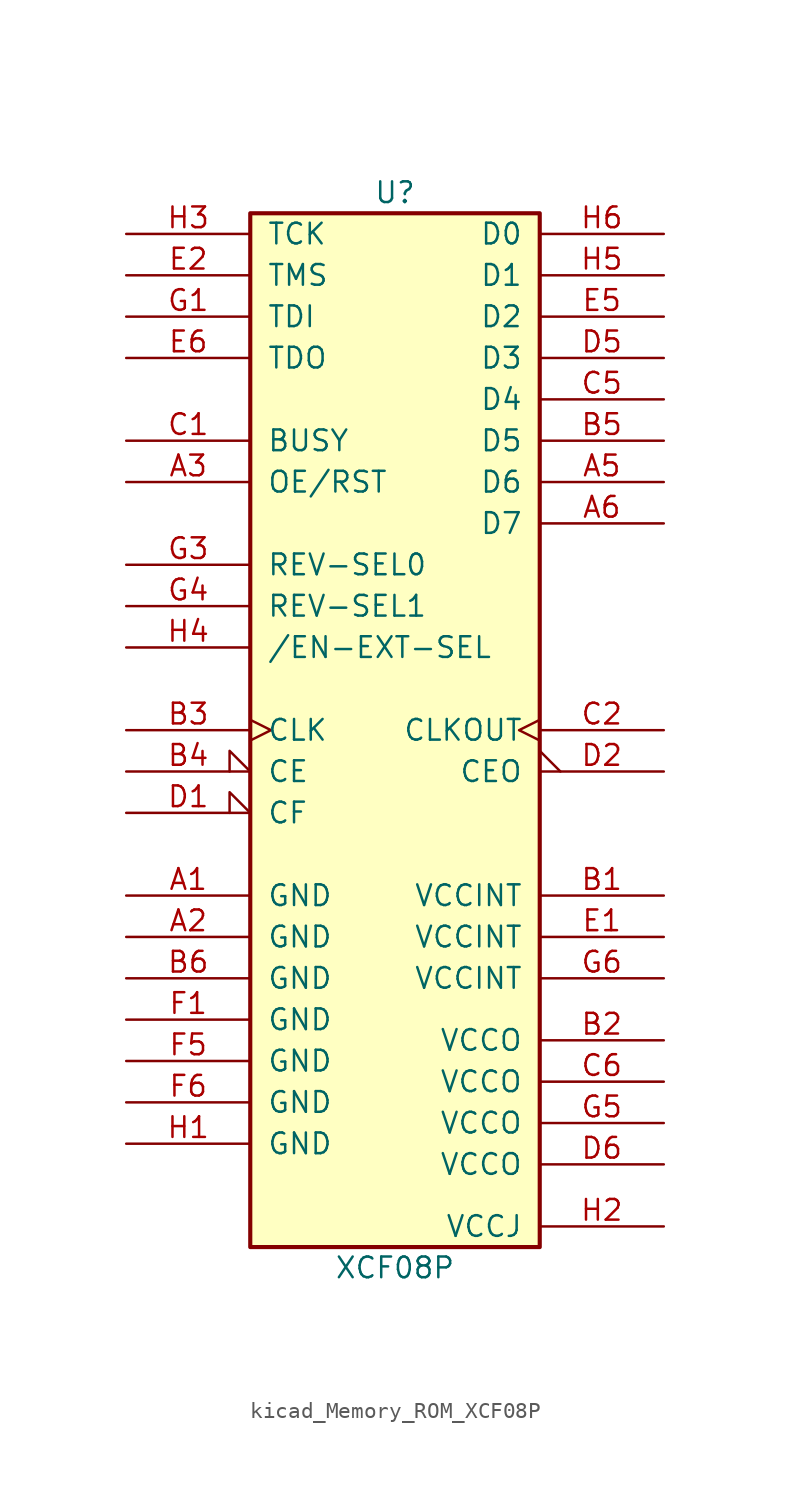
<source format=kicad_sym>
(kicad_symbol_lib
  (version 20220914)
  (generator kicad_symbol_editor)
  (symbol "kicad_Memory_ROM_XCF08P"
    (pin_names
      (offset 1.016))
    (property "Reference" "U"
      (at 0 33.02 0)
      (effects (font (size 1.27 1.27))))
    (property "Value" "XCF08P"
      (at 0 -33.02 0)
      (effects (font (size 1.27 1.27))))
    (symbol "kicad_Memory_ROM_XCF08P_0_1"
      (rectangle (start -8.89 31.75) (end 8.89 -31.75) (stroke (width 0.254) (type default)) (fill (type background))))
    (symbol "kicad_Memory_ROM_XCF08P_1_1"
      (pin power_in line (at -16.51 -10.16 0) (length 7.62) (name "GND" (effects (font (size 1.27 1.27)))) (number "A1" (effects (font (size 1.27 1.27)))))
      (pin power_in line (at -16.51 -12.7 0) (length 7.62) (name "GND" (effects (font (size 1.27 1.27)))) (number "A2" (effects (font (size 1.27 1.27)))))
      (pin input line (at -16.51 15.24 0) (length 7.62) (name "OE/RST" (effects (font (size 1.27 1.27)))) (number "A3" (effects (font (size 1.27 1.27)))))
      (pin tri_state line (at 16.51 15.24 180) (length 7.62) (name "D6" (effects (font (size 1.27 1.27)))) (number "A5" (effects (font (size 1.27 1.27)))))
      (pin tri_state line (at 16.51 12.7 180) (length 7.62) (name "D7" (effects (font (size 1.27 1.27)))) (number "A6" (effects (font (size 1.27 1.27)))))
      (pin power_in line (at 16.51 -10.16 180) (length 7.62) (name "VCCINT" (effects (font (size 1.27 1.27)))) (number "B1" (effects (font (size 1.27 1.27)))))
      (pin power_in line (at 16.51 -19.05 180) (length 7.62) (name "VCCO" (effects (font (size 1.27 1.27)))) (number "B2" (effects (font (size 1.27 1.27)))))
      (pin input clock (at -16.51 0 0) (length 7.62) (name "CLK" (effects (font (size 1.27 1.27)))) (number "B3" (effects (font (size 1.27 1.27)))))
      (pin input input_low (at -16.51 -2.54 0) (length 7.62) (name "CE" (effects (font (size 1.27 1.27)))) (number "B4" (effects (font (size 1.27 1.27)))))
      (pin tri_state line (at 16.51 17.78 180) (length 7.62) (name "D5" (effects (font (size 1.27 1.27)))) (number "B5" (effects (font (size 1.27 1.27)))))
      (pin power_in line (at -16.51 -15.24 0) (length 7.62) (name "GND" (effects (font (size 1.27 1.27)))) (number "B6" (effects (font (size 1.27 1.27)))))
      (pin input line (at -16.51 17.78 0) (length 7.62) (name "BUSY" (effects (font (size 1.27 1.27)))) (number "C1" (effects (font (size 1.27 1.27)))))
      (pin output clock (at 16.51 0 180) (length 7.62) (name "CLKOUT" (effects (font (size 1.27 1.27)))) (number "C2" (effects (font (size 1.27 1.27)))))
      (pin tri_state line (at 16.51 20.32 180) (length 7.62) (name "D4" (effects (font (size 1.27 1.27)))) (number "C5" (effects (font (size 1.27 1.27)))))
      (pin power_in line (at 16.51 -21.59 180) (length 7.62) (name "VCCO" (effects (font (size 1.27 1.27)))) (number "C6" (effects (font (size 1.27 1.27)))))
      (pin bidirectional input_low (at -16.51 -5.08 0) (length 7.62) (name "CF" (effects (font (size 1.27 1.27)))) (number "D1" (effects (font (size 1.27 1.27)))))
      (pin output output_low (at 16.51 -2.54 180) (length 7.62) (name "CEO" (effects (font (size 1.27 1.27)))) (number "D2" (effects (font (size 1.27 1.27)))))
      (pin tri_state line (at 16.51 22.86 180) (length 7.62) (name "D3" (effects (font (size 1.27 1.27)))) (number "D5" (effects (font (size 1.27 1.27)))))
      (pin power_in line (at 16.51 -26.67 180) (length 7.62) (name "VCCO" (effects (font (size 1.27 1.27)))) (number "D6" (effects (font (size 1.27 1.27)))))
      (pin power_in line (at 16.51 -12.7 180) (length 7.62) (name "VCCINT" (effects (font (size 1.27 1.27)))) (number "E1" (effects (font (size 1.27 1.27)))))
      (pin input line (at -16.51 27.94 0) (length 7.62) (name "TMS" (effects (font (size 1.27 1.27)))) (number "E2" (effects (font (size 1.27 1.27)))))
      (pin tri_state line (at 16.51 25.4 180) (length 7.62) (name "D2" (effects (font (size 1.27 1.27)))) (number "E5" (effects (font (size 1.27 1.27)))))
      (pin output line (at -16.51 22.86 0) (length 7.62) (name "TDO" (effects (font (size 1.27 1.27)))) (number "E6" (effects (font (size 1.27 1.27)))))
      (pin power_in line (at -16.51 -17.78 0) (length 7.62) (name "GND" (effects (font (size 1.27 1.27)))) (number "F1" (effects (font (size 1.27 1.27)))))
      (pin power_in line (at -16.51 -20.32 0) (length 7.62) (name "GND" (effects (font (size 1.27 1.27)))) (number "F5" (effects (font (size 1.27 1.27)))))
      (pin power_in line (at -16.51 -22.86 0) (length 7.62) (name "GND" (effects (font (size 1.27 1.27)))) (number "F6" (effects (font (size 1.27 1.27)))))
      (pin input line (at -16.51 25.4 0) (length 7.62) (name "TDI" (effects (font (size 1.27 1.27)))) (number "G1" (effects (font (size 1.27 1.27)))))
      (pin input line (at -16.51 10.16 0) (length 7.62) (name "REV-SEL0" (effects (font (size 1.27 1.27)))) (number "G3" (effects (font (size 1.27 1.27)))))
      (pin input line (at -16.51 7.62 0) (length 7.62) (name "REV-SEL1" (effects (font (size 1.27 1.27)))) (number "G4" (effects (font (size 1.27 1.27)))))
      (pin power_in line (at 16.51 -24.13 180) (length 7.62) (name "VCCO" (effects (font (size 1.27 1.27)))) (number "G5" (effects (font (size 1.27 1.27)))))
      (pin power_in line (at 16.51 -15.24 180) (length 7.62) (name "VCCINT" (effects (font (size 1.27 1.27)))) (number "G6" (effects (font (size 1.27 1.27)))))
      (pin power_in line (at -16.51 -25.4 0) (length 7.62) (name "GND" (effects (font (size 1.27 1.27)))) (number "H1" (effects (font (size 1.27 1.27)))))
      (pin power_in line (at 16.51 -30.48 180) (length 7.62) (name "VCCJ" (effects (font (size 1.27 1.27)))) (number "H2" (effects (font (size 1.27 1.27)))))
      (pin input line (at -16.51 30.48 0) (length 7.62) (name "TCK" (effects (font (size 1.27 1.27)))) (number "H3" (effects (font (size 1.27 1.27)))))
      (pin input line (at -16.51 5.08 0) (length 7.62) (name "/EN-EXT-SEL" (effects (font (size 1.27 1.27)))) (number "H4" (effects (font (size 1.27 1.27)))))
      (pin tri_state line (at 16.51 27.94 180) (length 7.62) (name "D1" (effects (font (size 1.27 1.27)))) (number "H5" (effects (font (size 1.27 1.27)))))
      (pin tri_state line (at 16.51 30.48 180) (length 7.62) (name "D0" (effects (font (size 1.27 1.27)))) (number "H6" (effects (font (size 1.27 1.27))))))))
</source>
